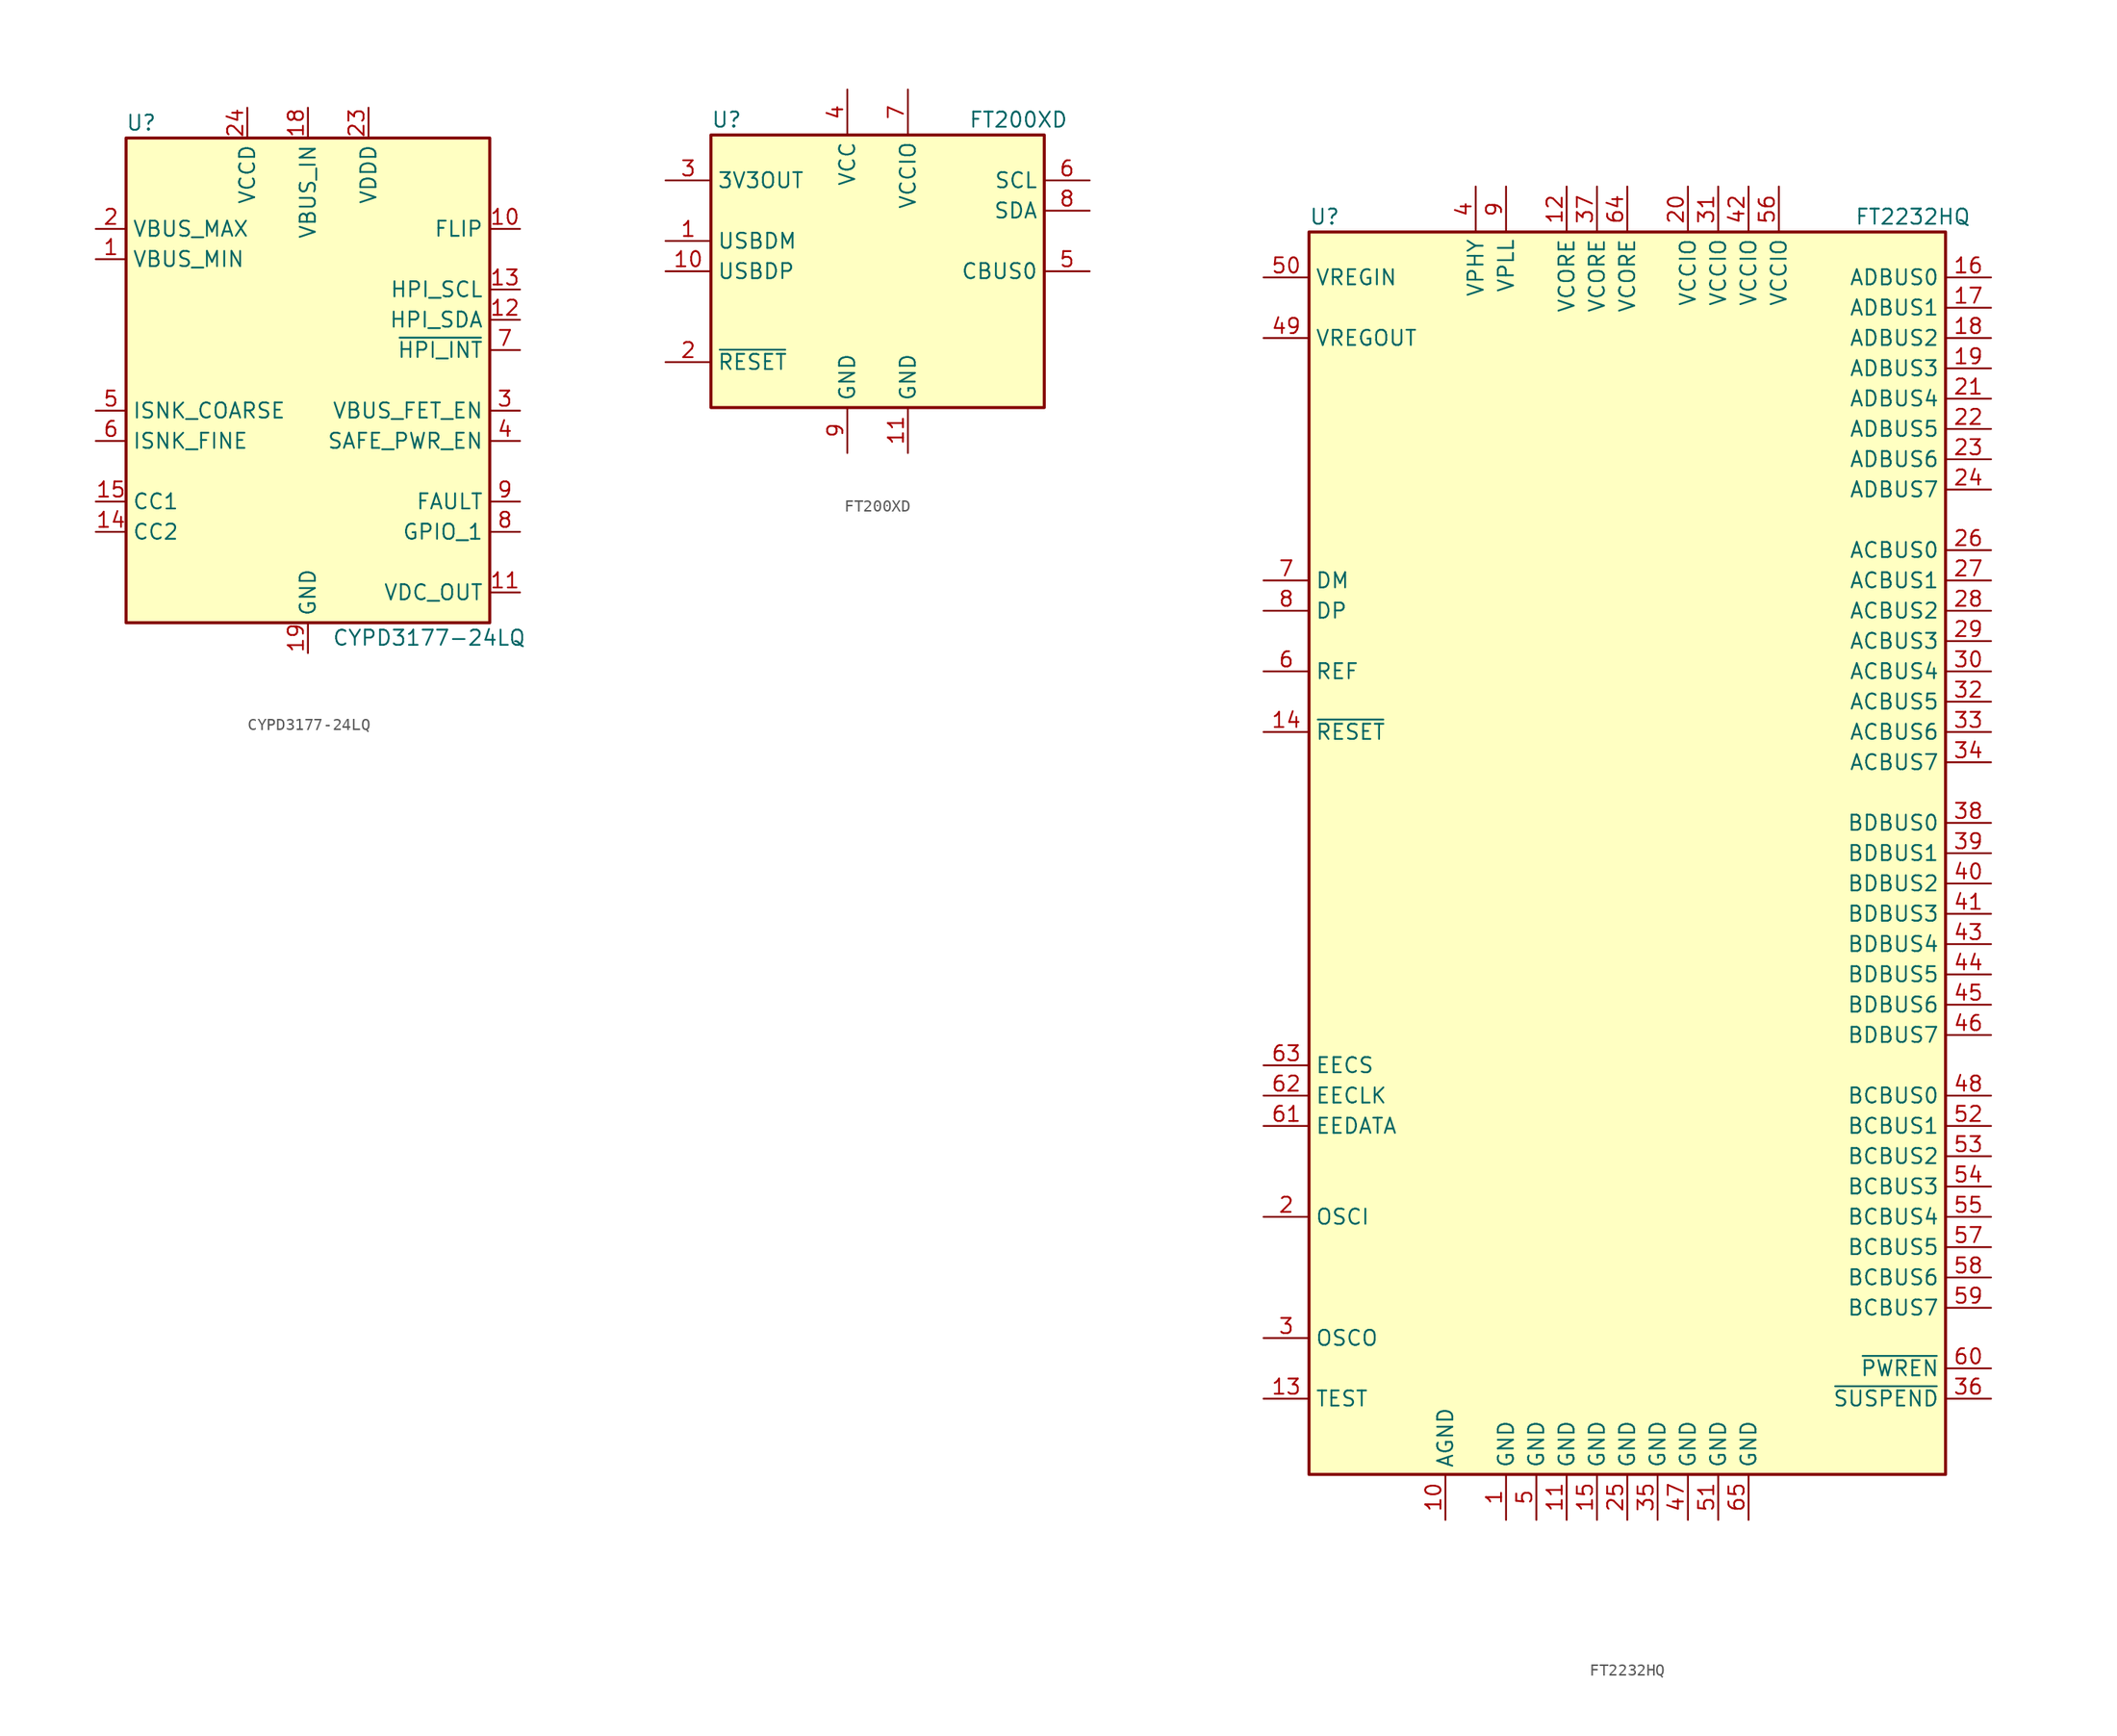
<source format=kicad_sym>
(kicad_symbol_lib
  (version 20231120)
  (generator "kicad_symbol_editor")
  (generator_version "8.0")
  (symbol "CYPD3177-24LQ"
    (property "Reference" "U"
      (at -13.97 21.59 0)
      (effects (font (size 1.27 1.27))))
    (property "Value" "CYPD3177-24LQ"
      (at 10.16 -21.59 0)
      (effects (font (size 1.27 1.27))))
    (symbol "CYPD3177-24LQ_0_1"
      (rectangle (start -15.24 20.32) (end 15.24 -20.32) (stroke (width 0.254) (type default)) (fill (type background))))
    (symbol "CYPD3177-24LQ_1_1"
      (pin input line (at -17.78 10.16 0) (length 2.54) (name "VBUS_MIN" (effects (font (size 1.27 1.27)))) (number "1" (effects (font (size 1.27 1.27)))))
      (pin output line (at 17.78 12.7 180) (length 2.54) (name "FLIP" (effects (font (size 1.27 1.27)))) (number "10" (effects (font (size 1.27 1.27)))))
      (pin output line (at 17.78 -17.78 180) (length 2.54) (name "VDC_OUT" (effects (font (size 1.27 1.27)))) (number "11" (effects (font (size 1.27 1.27)))))
      (pin bidirectional line (at 17.78 5.08 180) (length 2.54) (name "HPI_SDA" (effects (font (size 1.27 1.27)))) (number "12" (effects (font (size 1.27 1.27)))))
      (pin bidirectional line (at 17.78 7.62 180) (length 2.54) (name "HPI_SCL" (effects (font (size 1.27 1.27)))) (number "13" (effects (font (size 1.27 1.27)))))
      (pin bidirectional line (at -17.78 -12.7 0) (length 2.54) (name "CC2" (effects (font (size 1.27 1.27)))) (number "14" (effects (font (size 1.27 1.27)))))
      (pin bidirectional line (at -17.78 -10.16 0) (length 2.54) (name "CC1" (effects (font (size 1.27 1.27)))) (number "15" (effects (font (size 1.27 1.27)))))
      (pin no_connect line (at -15.24 2.54 0) (length 2.54) hide (name "NC" (effects (font (size 1.27 1.27)))) (number "16" (effects (font (size 1.27 1.27)))))
      (pin no_connect line (at -15.24 5.08 0) (length 2.54) hide (name "NC" (effects (font (size 1.27 1.27)))) (number "17" (effects (font (size 1.27 1.27)))))
      (pin power_in line (at 0 22.86 270) (length 2.54) (name "VBUS_IN" (effects (font (size 1.27 1.27)))) (number "18" (effects (font (size 1.27 1.27)))))
      (pin power_in line (at 0 -22.86 90) (length 2.54) (name "GND" (effects (font (size 1.27 1.27)))) (number "19" (effects (font (size 1.27 1.27)))))
      (pin input line (at -17.78 12.7 0) (length 2.54) (name "VBUS_MAX" (effects (font (size 1.27 1.27)))) (number "2" (effects (font (size 1.27 1.27)))))
      (pin no_connect line (at 15.24 17.78 180) (length 2.54) hide (name "NC" (effects (font (size 1.27 1.27)))) (number "20" (effects (font (size 1.27 1.27)))))
      (pin no_connect line (at 15.24 15.24 180) (length 2.54) hide (name "NC" (effects (font (size 1.27 1.27)))) (number "21" (effects (font (size 1.27 1.27)))))
      (pin passive line (at 0 -22.86 90) (length 2.54) hide (name "GND" (effects (font (size 1.27 1.27)))) (number "22" (effects (font (size 1.27 1.27)))))
      (pin power_out line (at 5.08 22.86 270) (length 2.54) (name "VDDD" (effects (font (size 1.27 1.27)))) (number "23" (effects (font (size 1.27 1.27)))))
      (pin power_out line (at -5.08 22.86 270) (length 2.54) (name "VCCD" (effects (font (size 1.27 1.27)))) (number "24" (effects (font (size 1.27 1.27)))))
      (pin passive line (at 0 -22.86 90) (length 2.54) hide (name "GND" (effects (font (size 1.27 1.27)))) (number "25" (effects (font (size 1.27 1.27)))))
      (pin output line (at 17.78 -2.54 180) (length 2.54) (name "VBUS_FET_EN" (effects (font (size 1.27 1.27)))) (number "3" (effects (font (size 1.27 1.27)))))
      (pin output line (at 17.78 -5.08 180) (length 2.54) (name "SAFE_PWR_EN" (effects (font (size 1.27 1.27)))) (number "4" (effects (font (size 1.27 1.27)))))
      (pin input line (at -17.78 -2.54 0) (length 2.54) (name "ISNK_COARSE" (effects (font (size 1.27 1.27)))) (number "5" (effects (font (size 1.27 1.27)))))
      (pin input line (at -17.78 -5.08 0) (length 2.54) (name "ISNK_FINE" (effects (font (size 1.27 1.27)))) (number "6" (effects (font (size 1.27 1.27)))))
      (pin input line (at 17.78 2.54 180) (length 2.54) (name "~{HPI_INT}" (effects (font (size 1.27 1.27)))) (number "7" (effects (font (size 1.27 1.27)))))
      (pin bidirectional line (at 17.78 -12.7 180) (length 2.54) (name "GPIO_1" (effects (font (size 1.27 1.27)))) (number "8" (effects (font (size 1.27 1.27)))))
      (pin output line (at 17.78 -10.16 180) (length 2.54) (name "FAULT" (effects (font (size 1.27 1.27)))) (number "9" (effects (font (size 1.27 1.27)))))))
  (symbol "FT200XD"
    (property "Reference" "U"
      (at -13.97 12.7 0)
      (effects (font (size 1.27 1.27)) (justify left)))
    (property "Value" "FT200XD"
      (at 7.62 12.7 0)
      (effects (font (size 1.27 1.27)) (justify left)))
    (symbol "FT200XD_0_1"
      (rectangle (start -13.97 11.43) (end 13.97 -11.43) (stroke (width 0.254) (type default)) (fill (type background))))
    (symbol "FT200XD_1_1"
      (pin input line (at -17.78 2.54 0) (length 3.81) (name "USBDM" (effects (font (size 1.27 1.27)))) (number "1" (effects (font (size 1.27 1.27)))))
      (pin input line (at -17.78 0 0) (length 3.81) (name "USBDP" (effects (font (size 1.27 1.27)))) (number "10" (effects (font (size 1.27 1.27)))))
      (pin power_in line (at 2.54 -15.24 90) (length 3.81) (name "GND" (effects (font (size 1.27 1.27)))) (number "11" (effects (font (size 1.27 1.27)))))
      (pin input line (at -17.78 -7.62 0) (length 3.81) (name "~{RESET}" (effects (font (size 1.27 1.27)))) (number "2" (effects (font (size 1.27 1.27)))))
      (pin power_out line (at -17.78 7.62 0) (length 3.81) (name "3V3OUT" (effects (font (size 1.27 1.27)))) (number "3" (effects (font (size 1.27 1.27)))))
      (pin power_in line (at -2.54 15.24 270) (length 3.81) (name "VCC" (effects (font (size 1.27 1.27)))) (number "4" (effects (font (size 1.27 1.27)))))
      (pin bidirectional line (at 17.78 0 180) (length 3.81) (name "CBUS0" (effects (font (size 1.27 1.27)))) (number "5" (effects (font (size 1.27 1.27)))))
      (pin input line (at 17.78 7.62 180) (length 3.81) (name "SCL" (effects (font (size 1.27 1.27)))) (number "6" (effects (font (size 1.27 1.27)))))
      (pin power_in line (at 2.54 15.24 270) (length 3.81) (name "VCCIO" (effects (font (size 1.27 1.27)))) (number "7" (effects (font (size 1.27 1.27)))))
      (pin bidirectional line (at 17.78 5.08 180) (length 3.81) (name "SDA" (effects (font (size 1.27 1.27)))) (number "8" (effects (font (size 1.27 1.27)))))
      (pin power_in line (at -2.54 -15.24 90) (length 3.81) (name "GND" (effects (font (size 1.27 1.27)))) (number "9" (effects (font (size 1.27 1.27)))))))
  (symbol "FT2232HQ"
    (property "Reference" "U"
      (at -26.67 53.34 0)
      (effects (font (size 1.27 1.27)) (justify left)))
    (property "Value" "FT2232HQ"
      (at 19.05 53.34 0)
      (effects (font (size 1.27 1.27)) (justify left)))
    (symbol "FT2232HQ_0_1"
      (rectangle (start -26.67 -52.07) (end 26.67 52.07) (stroke (width 0.254) (type default)) (fill (type background))))
    (symbol "FT2232HQ_1_1"
      (pin power_in line (at -10.16 -55.88 90) (length 3.81) (name "GND" (effects (font (size 1.27 1.27)))) (number "1" (effects (font (size 1.27 1.27)))))
      (pin power_in line (at -15.24 -55.88 90) (length 3.81) (name "AGND" (effects (font (size 1.27 1.27)))) (number "10" (effects (font (size 1.27 1.27)))))
      (pin power_in line (at -5.08 -55.88 90) (length 3.81) (name "GND" (effects (font (size 1.27 1.27)))) (number "11" (effects (font (size 1.27 1.27)))))
      (pin power_in line (at -5.08 55.88 270) (length 3.81) (name "VCORE" (effects (font (size 1.27 1.27)))) (number "12" (effects (font (size 1.27 1.27)))))
      (pin input line (at -30.48 -45.72 0) (length 3.81) (name "TEST" (effects (font (size 1.27 1.27)))) (number "13" (effects (font (size 1.27 1.27)))))
      (pin input line (at -30.48 10.16 0) (length 3.81) (name "~{RESET}" (effects (font (size 1.27 1.27)))) (number "14" (effects (font (size 1.27 1.27)))))
      (pin power_in line (at -2.54 -55.88 90) (length 3.81) (name "GND" (effects (font (size 1.27 1.27)))) (number "15" (effects (font (size 1.27 1.27)))))
      (pin bidirectional line (at 30.48 48.26 180) (length 3.81) (name "ADBUS0" (effects (font (size 1.27 1.27)))) (number "16" (effects (font (size 1.27 1.27)))))
      (pin bidirectional line (at 30.48 45.72 180) (length 3.81) (name "ADBUS1" (effects (font (size 1.27 1.27)))) (number "17" (effects (font (size 1.27 1.27)))))
      (pin bidirectional line (at 30.48 43.18 180) (length 3.81) (name "ADBUS2" (effects (font (size 1.27 1.27)))) (number "18" (effects (font (size 1.27 1.27)))))
      (pin bidirectional line (at 30.48 40.64 180) (length 3.81) (name "ADBUS3" (effects (font (size 1.27 1.27)))) (number "19" (effects (font (size 1.27 1.27)))))
      (pin input line (at -30.48 -30.48 0) (length 3.81) (name "OSCI" (effects (font (size 1.27 1.27)))) (number "2" (effects (font (size 1.27 1.27)))))
      (pin power_in line (at 5.08 55.88 270) (length 3.81) (name "VCCIO" (effects (font (size 1.27 1.27)))) (number "20" (effects (font (size 1.27 1.27)))))
      (pin bidirectional line (at 30.48 38.1 180) (length 3.81) (name "ADBUS4" (effects (font (size 1.27 1.27)))) (number "21" (effects (font (size 1.27 1.27)))))
      (pin bidirectional line (at 30.48 35.56 180) (length 3.81) (name "ADBUS5" (effects (font (size 1.27 1.27)))) (number "22" (effects (font (size 1.27 1.27)))))
      (pin bidirectional line (at 30.48 33.02 180) (length 3.81) (name "ADBUS6" (effects (font (size 1.27 1.27)))) (number "23" (effects (font (size 1.27 1.27)))))
      (pin bidirectional line (at 30.48 30.48 180) (length 3.81) (name "ADBUS7" (effects (font (size 1.27 1.27)))) (number "24" (effects (font (size 1.27 1.27)))))
      (pin power_in line (at 0 -55.88 90) (length 3.81) (name "GND" (effects (font (size 1.27 1.27)))) (number "25" (effects (font (size 1.27 1.27)))))
      (pin bidirectional line (at 30.48 25.4 180) (length 3.81) (name "ACBUS0" (effects (font (size 1.27 1.27)))) (number "26" (effects (font (size 1.27 1.27)))))
      (pin bidirectional line (at 30.48 22.86 180) (length 3.81) (name "ACBUS1" (effects (font (size 1.27 1.27)))) (number "27" (effects (font (size 1.27 1.27)))))
      (pin bidirectional line (at 30.48 20.32 180) (length 3.81) (name "ACBUS2" (effects (font (size 1.27 1.27)))) (number "28" (effects (font (size 1.27 1.27)))))
      (pin bidirectional line (at 30.48 17.78 180) (length 3.81) (name "ACBUS3" (effects (font (size 1.27 1.27)))) (number "29" (effects (font (size 1.27 1.27)))))
      (pin output line (at -30.48 -40.64 0) (length 3.81) (name "OSCO" (effects (font (size 1.27 1.27)))) (number "3" (effects (font (size 1.27 1.27)))))
      (pin bidirectional line (at 30.48 15.24 180) (length 3.81) (name "ACBUS4" (effects (font (size 1.27 1.27)))) (number "30" (effects (font (size 1.27 1.27)))))
      (pin power_in line (at 7.62 55.88 270) (length 3.81) (name "VCCIO" (effects (font (size 1.27 1.27)))) (number "31" (effects (font (size 1.27 1.27)))))
      (pin bidirectional line (at 30.48 12.7 180) (length 3.81) (name "ACBUS5" (effects (font (size 1.27 1.27)))) (number "32" (effects (font (size 1.27 1.27)))))
      (pin bidirectional line (at 30.48 10.16 180) (length 3.81) (name "ACBUS6" (effects (font (size 1.27 1.27)))) (number "33" (effects (font (size 1.27 1.27)))))
      (pin bidirectional line (at 30.48 7.62 180) (length 3.81) (name "ACBUS7" (effects (font (size 1.27 1.27)))) (number "34" (effects (font (size 1.27 1.27)))))
      (pin power_in line (at 2.54 -55.88 90) (length 3.81) (name "GND" (effects (font (size 1.27 1.27)))) (number "35" (effects (font (size 1.27 1.27)))))
      (pin output line (at 30.48 -45.72 180) (length 3.81) (name "~{SUSPEND}" (effects (font (size 1.27 1.27)))) (number "36" (effects (font (size 1.27 1.27)))))
      (pin power_in line (at -2.54 55.88 270) (length 3.81) (name "VCORE" (effects (font (size 1.27 1.27)))) (number "37" (effects (font (size 1.27 1.27)))))
      (pin bidirectional line (at 30.48 2.54 180) (length 3.81) (name "BDBUS0" (effects (font (size 1.27 1.27)))) (number "38" (effects (font (size 1.27 1.27)))))
      (pin bidirectional line (at 30.48 0 180) (length 3.81) (name "BDBUS1" (effects (font (size 1.27 1.27)))) (number "39" (effects (font (size 1.27 1.27)))))
      (pin power_in line (at -12.7 55.88 270) (length 3.81) (name "VPHY" (effects (font (size 1.27 1.27)))) (number "4" (effects (font (size 1.27 1.27)))))
      (pin bidirectional line (at 30.48 -2.54 180) (length 3.81) (name "BDBUS2" (effects (font (size 1.27 1.27)))) (number "40" (effects (font (size 1.27 1.27)))))
      (pin bidirectional line (at 30.48 -5.08 180) (length 3.81) (name "BDBUS3" (effects (font (size 1.27 1.27)))) (number "41" (effects (font (size 1.27 1.27)))))
      (pin power_in line (at 10.16 55.88 270) (length 3.81) (name "VCCIO" (effects (font (size 1.27 1.27)))) (number "42" (effects (font (size 1.27 1.27)))))
      (pin bidirectional line (at 30.48 -7.62 180) (length 3.81) (name "BDBUS4" (effects (font (size 1.27 1.27)))) (number "43" (effects (font (size 1.27 1.27)))))
      (pin bidirectional line (at 30.48 -10.16 180) (length 3.81) (name "BDBUS5" (effects (font (size 1.27 1.27)))) (number "44" (effects (font (size 1.27 1.27)))))
      (pin bidirectional line (at 30.48 -12.7 180) (length 3.81) (name "BDBUS6" (effects (font (size 1.27 1.27)))) (number "45" (effects (font (size 1.27 1.27)))))
      (pin bidirectional line (at 30.48 -15.24 180) (length 3.81) (name "BDBUS7" (effects (font (size 1.27 1.27)))) (number "46" (effects (font (size 1.27 1.27)))))
      (pin power_in line (at 5.08 -55.88 90) (length 3.81) (name "GND" (effects (font (size 1.27 1.27)))) (number "47" (effects (font (size 1.27 1.27)))))
      (pin bidirectional line (at 30.48 -20.32 180) (length 3.81) (name "BCBUS0" (effects (font (size 1.27 1.27)))) (number "48" (effects (font (size 1.27 1.27)))))
      (pin power_out line (at -30.48 43.18 0) (length 3.81) (name "VREGOUT" (effects (font (size 1.27 1.27)))) (number "49" (effects (font (size 1.27 1.27)))))
      (pin power_in line (at -7.62 -55.88 90) (length 3.81) (name "GND" (effects (font (size 1.27 1.27)))) (number "5" (effects (font (size 1.27 1.27)))))
      (pin power_in line (at -30.48 48.26 0) (length 3.81) (name "VREGIN" (effects (font (size 1.27 1.27)))) (number "50" (effects (font (size 1.27 1.27)))))
      (pin power_in line (at 7.62 -55.88 90) (length 3.81) (name "GND" (effects (font (size 1.27 1.27)))) (number "51" (effects (font (size 1.27 1.27)))))
      (pin bidirectional line (at 30.48 -22.86 180) (length 3.81) (name "BCBUS1" (effects (font (size 1.27 1.27)))) (number "52" (effects (font (size 1.27 1.27)))))
      (pin bidirectional line (at 30.48 -25.4 180) (length 3.81) (name "BCBUS2" (effects (font (size 1.27 1.27)))) (number "53" (effects (font (size 1.27 1.27)))))
      (pin bidirectional line (at 30.48 -27.94 180) (length 3.81) (name "BCBUS3" (effects (font (size 1.27 1.27)))) (number "54" (effects (font (size 1.27 1.27)))))
      (pin bidirectional line (at 30.48 -30.48 180) (length 3.81) (name "BCBUS4" (effects (font (size 1.27 1.27)))) (number "55" (effects (font (size 1.27 1.27)))))
      (pin power_in line (at 12.7 55.88 270) (length 3.81) (name "VCCIO" (effects (font (size 1.27 1.27)))) (number "56" (effects (font (size 1.27 1.27)))))
      (pin bidirectional line (at 30.48 -33.02 180) (length 3.81) (name "BCBUS5" (effects (font (size 1.27 1.27)))) (number "57" (effects (font (size 1.27 1.27)))))
      (pin bidirectional line (at 30.48 -35.56 180) (length 3.81) (name "BCBUS6" (effects (font (size 1.27 1.27)))) (number "58" (effects (font (size 1.27 1.27)))))
      (pin bidirectional line (at 30.48 -38.1 180) (length 3.81) (name "BCBUS7" (effects (font (size 1.27 1.27)))) (number "59" (effects (font (size 1.27 1.27)))))
      (pin output line (at -30.48 15.24 0) (length 3.81) (name "REF" (effects (font (size 1.27 1.27)))) (number "6" (effects (font (size 1.27 1.27)))))
      (pin output line (at 30.48 -43.18 180) (length 3.81) (name "~{PWREN}" (effects (font (size 1.27 1.27)))) (number "60" (effects (font (size 1.27 1.27)))))
      (pin bidirectional line (at -30.48 -22.86 0) (length 3.81) (name "EEDATA" (effects (font (size 1.27 1.27)))) (number "61" (effects (font (size 1.27 1.27)))))
      (pin output line (at -30.48 -20.32 0) (length 3.81) (name "EECLK" (effects (font (size 1.27 1.27)))) (number "62" (effects (font (size 1.27 1.27)))))
      (pin output line (at -30.48 -17.78 0) (length 3.81) (name "EECS" (effects (font (size 1.27 1.27)))) (number "63" (effects (font (size 1.27 1.27)))))
      (pin power_in line (at 0 55.88 270) (length 3.81) (name "VCORE" (effects (font (size 1.27 1.27)))) (number "64" (effects (font (size 1.27 1.27)))))
      (pin power_in line (at 10.16 -55.88 90) (length 3.81) (name "GND" (effects (font (size 1.27 1.27)))) (number "65" (effects (font (size 1.27 1.27)))))
      (pin bidirectional line (at -30.48 22.86 0) (length 3.81) (name "DM" (effects (font (size 1.27 1.27)))) (number "7" (effects (font (size 1.27 1.27)))))
      (pin bidirectional line (at -30.48 20.32 0) (length 3.81) (name "DP" (effects (font (size 1.27 1.27)))) (number "8" (effects (font (size 1.27 1.27)))))
      (pin input line (at -10.16 55.88 270) (length 3.81) (name "VPLL" (effects (font (size 1.27 1.27)))) (number "9" (effects (font (size 1.27 1.27))))))))
</source>
